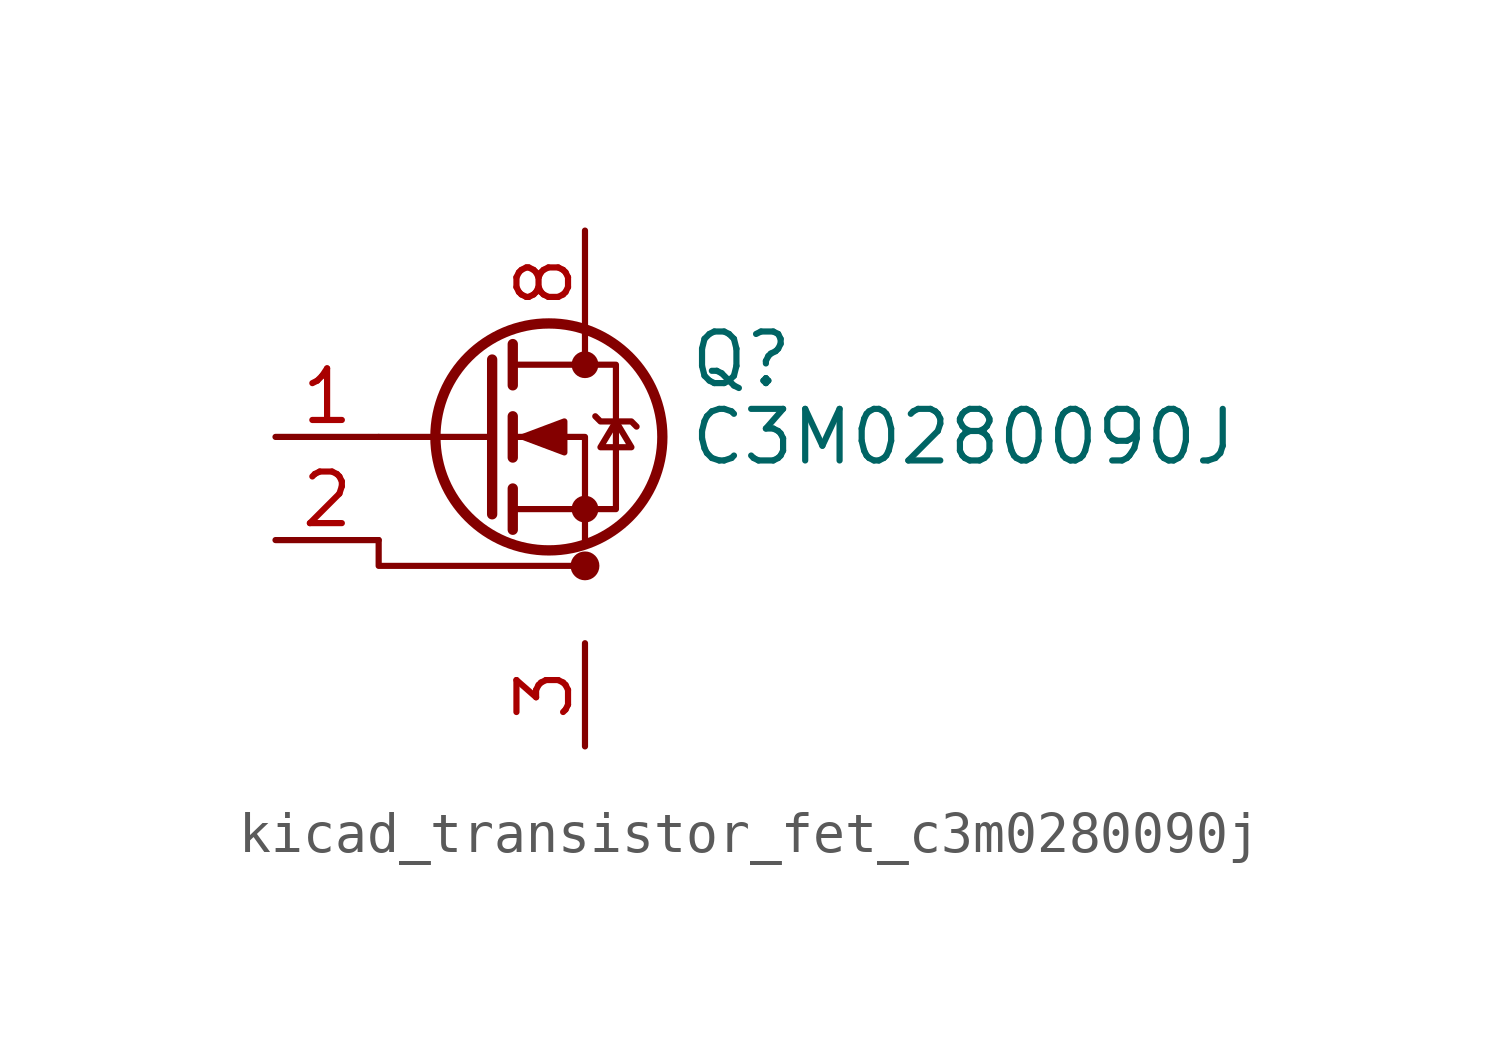
<source format=kicad_sym>
(kicad_symbol_lib
  (version 20220914)
  (generator kicad_symbol_editor)
  (symbol "kicad_transistor_fet_c3m0280090j"
    (pin_names hide)
    (property "Reference" "Q"
      (at 5.08 1.905 0)
      (effects (font (size 1.27 1.27)) (justify left)))
    (property "Value" "C3M0280090J"
      (at 5.08 0 0)
      (effects (font (size 1.27 1.27)) (justify left)))
    (symbol "kicad_transistor_fet_c3m0280090j_0_1"
      (polyline (pts (xy 0.254 0) (xy -2.54 0)) (stroke (width 0) (type default)) (fill (type none)))
      (polyline (pts (xy 0.254 1.905) (xy 0.254 -1.905)) (stroke (width 0.254) (type default)) (fill (type none)))
      (polyline (pts (xy 0.762 -1.27) (xy 0.762 -2.286)) (stroke (width 0.254) (type default)) (fill (type none)))
      (polyline (pts (xy 0.762 0.508) (xy 0.762 -0.508)) (stroke (width 0.254) (type default)) (fill (type none)))
      (polyline (pts (xy 0.762 2.286) (xy 0.762 1.27)) (stroke (width 0.254) (type default)) (fill (type none)))
      (polyline (pts (xy 2.54 2.54) (xy 2.54 1.778)) (stroke (width 0) (type default)) (fill (type none)))
      (polyline (pts (xy -2.54 -2.54) (xy -2.54 -3.175) (xy 2.54 -3.175)) (stroke (width 0) (type default)) (fill (type none)))
      (polyline (pts (xy 2.54 -2.54) (xy 2.54 0) (xy 0.762 0)) (stroke (width 0) (type default)) (fill (type none)))
      (polyline (pts (xy 0.762 -1.778) (xy 3.302 -1.778) (xy 3.302 1.778) (xy 0.762 1.778)) (stroke (width 0) (type default)) (fill (type none)))
      (polyline (pts (xy 1.016 0) (xy 2.032 0.381) (xy 2.032 -0.381) (xy 1.016 0)) (stroke (width 0) (type default)) (fill (type outline)))
      (polyline (pts (xy 2.794 0.508) (xy 2.921 0.381) (xy 3.683 0.381) (xy 3.81 0.254)) (stroke (width 0) (type default)) (fill (type none)))
      (polyline (pts (xy 3.302 0.381) (xy 2.921 -0.254) (xy 3.683 -0.254) (xy 3.302 0.381)) (stroke (width 0) (type default)) (fill (type none)))
      (circle (center 1.651 0) (radius 2.794) (stroke (width 0.254) (type default)) (fill (type none)))
      (circle (center 2.54 -3.175) (radius 0.279) (stroke (width 0) (type default)) (fill (type outline)))
      (circle (center 2.54 -1.778) (radius 0.254) (stroke (width 0) (type default)) (fill (type outline)))
      (circle (center 2.54 1.778) (radius 0.254) (stroke (width 0) (type default)) (fill (type outline))))
    (symbol "kicad_transistor_fet_c3m0280090j_1_1"
      (pin input line (at -5.08 0 0) (length 2.54) (name "G" (effects (font (size 1.27 1.27)))) (number "1" (effects (font (size 1.27 1.27)))))
      (pin passive line (at -5.08 -2.54 0) (length 2.54) (name "DS" (effects (font (size 1.27 1.27)))) (number "2" (effects (font (size 1.27 1.27)))))
      (pin passive line (at 2.54 -5.08 270) (length 2.54) (name "S" (effects (font (size 1.27 1.27)))) (number "3" (effects (font (size 1.27 1.27)))))
      (pin passive line (at 2.54 -5.08 270) (length 2.54) hide (name "S" (effects (font (size 1.27 1.27)))) (number "4" (effects (font (size 1.27 1.27)))))
      (pin passive line (at 2.54 -5.08 90) (length 2.54) hide (name "S" (effects (font (size 1.27 1.27)))) (number "5" (effects (font (size 1.27 1.27)))))
      (pin passive line (at 2.54 -5.08 90) (length 2.54) hide (name "S" (effects (font (size 1.27 1.27)))) (number "6" (effects (font (size 1.27 1.27)))))
      (pin passive line (at 2.54 -5.08 90) (length 2.54) hide (name "S" (effects (font (size 1.27 1.27)))) (number "7" (effects (font (size 1.27 1.27)))))
      (pin passive line (at 2.54 5.08 270) (length 2.54) (name "D" (effects (font (size 1.27 1.27)))) (number "8" (effects (font (size 1.27 1.27))))))))
</source>
